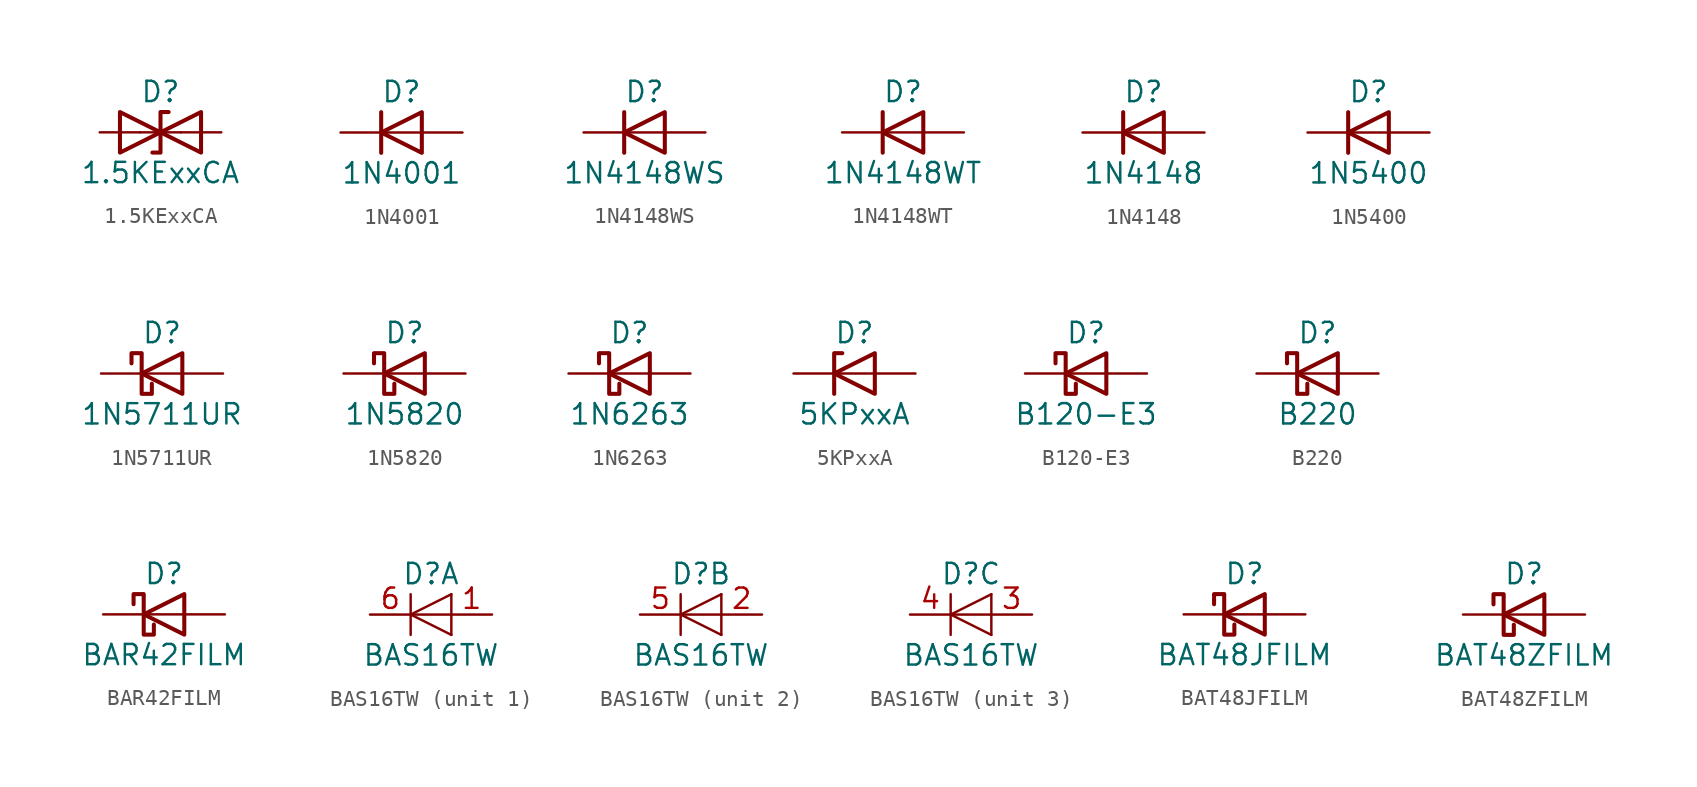
<source format=kicad_sym>
(kicad_symbol_lib
  (version 20211014)
  (generator kicad_symbol_editor)
  (symbol "1.5KExxCA"
    (pin_numbers hide)
    (pin_names
      (offset 1.016) hide)
    (property "Reference" "D"
      (at 0 2.54 0)
      (effects (font (size 1.27 1.27))))
    (property "Value" "1.5KExxCA"
      (at 0 -2.54 0)
      (effects (font (size 1.27 1.27))))
    (symbol "1.5KExxCA_0_1"
      (polyline (pts (xy 1.27 0) (xy -1.27 0)) (stroke (width 0) (type default) (color 0 0 0 0)) (fill (type none)))
      (polyline (pts (xy -2.54 -1.27) (xy 0 0) (xy -2.54 1.27) (xy -2.54 -1.27)) (stroke (width 0.254) (type default) (color 0 0 0 0)) (fill (type none)))
      (polyline (pts (xy 0.508 1.27) (xy 0 1.27) (xy 0 -1.27) (xy -0.508 -1.27)) (stroke (width 0.254) (type default) (color 0 0 0 0)) (fill (type none)))
      (polyline (pts (xy 2.54 1.27) (xy 2.54 -1.27) (xy 0 0) (xy 2.54 1.27)) (stroke (width 0.254) (type default) (color 0 0 0 0)) (fill (type none))))
    (symbol "1.5KExxCA_1_1"
      (pin passive line (at -3.81 0 0) (length 2.54) (name "A1" (effects (font (size 1.27 1.27)))) (number "1" (effects (font (size 1.27 1.27)))))
      (pin passive line (at 3.81 0 180) (length 2.54) (name "A2" (effects (font (size 1.27 1.27)))) (number "2" (effects (font (size 1.27 1.27)))))))
  (symbol "1N4001"
    (pin_numbers hide)
    (pin_names
      (offset 1.016) hide)
    (property "Reference" "D"
      (at 0 2.54 0)
      (effects (font (size 1.27 1.27))))
    (property "Value" "1N4001"
      (at 0 -2.54 0)
      (effects (font (size 1.27 1.27))))
    (symbol "1N4001_0_1"
      (polyline (pts (xy -1.27 1.27) (xy -1.27 -1.27)) (stroke (width 0.254) (type default) (color 0 0 0 0)) (fill (type none)))
      (polyline (pts (xy 1.27 0) (xy -1.27 0)) (stroke (width 0) (type default) (color 0 0 0 0)) (fill (type none)))
      (polyline (pts (xy 1.27 1.27) (xy 1.27 -1.27) (xy -1.27 0) (xy 1.27 1.27)) (stroke (width 0.254) (type default) (color 0 0 0 0)) (fill (type none))))
    (symbol "1N4001_1_1"
      (pin passive line (at -3.81 0 0) (length 2.54) (name "K" (effects (font (size 1.27 1.27)))) (number "1" (effects (font (size 1.27 1.27)))))
      (pin passive line (at 3.81 0 180) (length 2.54) (name "A" (effects (font (size 1.27 1.27)))) (number "2" (effects (font (size 1.27 1.27)))))))
  (symbol "1N4148WS"
    (pin_numbers hide)
    (pin_names
      (offset 1.016) hide)
    (property "Reference" "D"
      (at 0 2.54 0)
      (effects (font (size 1.27 1.27))))
    (property "Value" "1N4148WS"
      (at 0 -2.54 0)
      (effects (font (size 1.27 1.27))))
    (symbol "1N4148WS_0_1"
      (polyline (pts (xy -1.27 1.27) (xy -1.27 -1.27)) (stroke (width 0.254) (type default) (color 0 0 0 0)) (fill (type none)))
      (polyline (pts (xy 1.27 0) (xy -1.27 0)) (stroke (width 0) (type default) (color 0 0 0 0)) (fill (type none)))
      (polyline (pts (xy 1.27 1.27) (xy 1.27 -1.27) (xy -1.27 0) (xy 1.27 1.27)) (stroke (width 0.254) (type default) (color 0 0 0 0)) (fill (type none))))
    (symbol "1N4148WS_1_1"
      (pin passive line (at -3.81 0 0) (length 2.54) (name "K" (effects (font (size 1.27 1.27)))) (number "1" (effects (font (size 1.27 1.27)))))
      (pin passive line (at 3.81 0 180) (length 2.54) (name "A" (effects (font (size 1.27 1.27)))) (number "2" (effects (font (size 1.27 1.27)))))))
  (symbol "1N4148WT"
    (pin_numbers hide)
    (pin_names
      (offset 1.016) hide)
    (property "Reference" "D"
      (at 0 2.54 0)
      (effects (font (size 1.27 1.27))))
    (property "Value" "1N4148WT"
      (at 0 -2.54 0)
      (effects (font (size 1.27 1.27))))
    (symbol "1N4148WT_0_1"
      (polyline (pts (xy -1.27 1.27) (xy -1.27 -1.27)) (stroke (width 0.254) (type default) (color 0 0 0 0)) (fill (type none)))
      (polyline (pts (xy 1.27 0) (xy -1.27 0)) (stroke (width 0) (type default) (color 0 0 0 0)) (fill (type none)))
      (polyline (pts (xy 1.27 1.27) (xy 1.27 -1.27) (xy -1.27 0) (xy 1.27 1.27)) (stroke (width 0.254) (type default) (color 0 0 0 0)) (fill (type none))))
    (symbol "1N4148WT_1_1"
      (pin passive line (at -3.81 0 0) (length 2.54) (name "K" (effects (font (size 1.27 1.27)))) (number "1" (effects (font (size 1.27 1.27)))))
      (pin passive line (at 3.81 0 180) (length 2.54) (name "A" (effects (font (size 1.27 1.27)))) (number "2" (effects (font (size 1.27 1.27)))))))
  (symbol "1N4148"
    (pin_numbers hide)
    (pin_names
      (offset 1.016) hide)
    (property "Reference" "D"
      (at 0 2.54 0)
      (effects (font (size 1.27 1.27))))
    (property "Value" "1N4148"
      (at 0 -2.54 0)
      (effects (font (size 1.27 1.27))))
    (symbol "1N4148_0_1"
      (polyline (pts (xy -1.27 1.27) (xy -1.27 -1.27)) (stroke (width 0.254) (type default) (color 0 0 0 0)) (fill (type none)))
      (polyline (pts (xy 1.27 0) (xy -1.27 0)) (stroke (width 0) (type default) (color 0 0 0 0)) (fill (type none)))
      (polyline (pts (xy 1.27 1.27) (xy 1.27 -1.27) (xy -1.27 0) (xy 1.27 1.27)) (stroke (width 0.254) (type default) (color 0 0 0 0)) (fill (type none))))
    (symbol "1N4148_1_1"
      (pin passive line (at -3.81 0 0) (length 2.54) (name "K" (effects (font (size 1.27 1.27)))) (number "1" (effects (font (size 1.27 1.27)))))
      (pin passive line (at 3.81 0 180) (length 2.54) (name "A" (effects (font (size 1.27 1.27)))) (number "2" (effects (font (size 1.27 1.27)))))))
  (symbol "1N5400"
    (pin_numbers hide)
    (pin_names
      (offset 1.016) hide)
    (property "Reference" "D"
      (at 0 2.54 0)
      (effects (font (size 1.27 1.27))))
    (property "Value" "1N5400"
      (at 0 -2.54 0)
      (effects (font (size 1.27 1.27))))
    (symbol "1N5400_0_1"
      (polyline (pts (xy -1.27 1.27) (xy -1.27 -1.27)) (stroke (width 0.254) (type default) (color 0 0 0 0)) (fill (type none)))
      (polyline (pts (xy 1.27 0) (xy -1.27 0)) (stroke (width 0) (type default) (color 0 0 0 0)) (fill (type none)))
      (polyline (pts (xy 1.27 1.27) (xy 1.27 -1.27) (xy -1.27 0) (xy 1.27 1.27)) (stroke (width 0.254) (type default) (color 0 0 0 0)) (fill (type none))))
    (symbol "1N5400_1_1"
      (pin passive line (at -3.81 0 0) (length 2.54) (name "K" (effects (font (size 1.27 1.27)))) (number "1" (effects (font (size 1.27 1.27)))))
      (pin passive line (at 3.81 0 180) (length 2.54) (name "A" (effects (font (size 1.27 1.27)))) (number "2" (effects (font (size 1.27 1.27)))))))
  (symbol "1N5711UR"
    (pin_numbers hide)
    (pin_names
      (offset 1.016) hide)
    (property "Reference" "D"
      (at 0 2.54 0)
      (effects (font (size 1.27 1.27))))
    (property "Value" "1N5711UR"
      (at 0 -2.54 0)
      (effects (font (size 1.27 1.27))))
    (symbol "1N5711UR_0_1"
      (polyline (pts (xy 1.27 0) (xy -1.27 0)) (stroke (width 0) (type default) (color 0 0 0 0)) (fill (type none)))
      (polyline (pts (xy 1.27 1.27) (xy 1.27 -1.27) (xy -1.27 0) (xy 1.27 1.27)) (stroke (width 0.254) (type default) (color 0 0 0 0)) (fill (type none)))
      (polyline (pts (xy -1.905 0.635) (xy -1.905 1.27) (xy -1.27 1.27) (xy -1.27 -1.27) (xy -0.635 -1.27) (xy -0.635 -0.635)) (stroke (width 0.254) (type default) (color 0 0 0 0)) (fill (type none))))
    (symbol "1N5711UR_1_1"
      (pin passive line (at -3.81 0 0) (length 2.54) (name "K" (effects (font (size 1.27 1.27)))) (number "1" (effects (font (size 1.27 1.27)))))
      (pin passive line (at 3.81 0 180) (length 2.54) (name "A" (effects (font (size 1.27 1.27)))) (number "2" (effects (font (size 1.27 1.27)))))))
  (symbol "1N5820"
    (pin_numbers hide)
    (pin_names
      (offset 1.016) hide)
    (property "Reference" "D"
      (at 0 2.54 0)
      (effects (font (size 1.27 1.27))))
    (property "Value" "1N5820"
      (at 0 -2.54 0)
      (effects (font (size 1.27 1.27))))
    (symbol "1N5820_0_1"
      (polyline (pts (xy 1.27 0) (xy -1.27 0)) (stroke (width 0) (type default) (color 0 0 0 0)) (fill (type none)))
      (polyline (pts (xy 1.27 1.27) (xy 1.27 -1.27) (xy -1.27 0) (xy 1.27 1.27)) (stroke (width 0.254) (type default) (color 0 0 0 0)) (fill (type none)))
      (polyline (pts (xy -1.905 0.635) (xy -1.905 1.27) (xy -1.27 1.27) (xy -1.27 -1.27) (xy -0.635 -1.27) (xy -0.635 -0.635)) (stroke (width 0.254) (type default) (color 0 0 0 0)) (fill (type none))))
    (symbol "1N5820_1_1"
      (pin passive line (at -3.81 0 0) (length 2.54) (name "K" (effects (font (size 1.27 1.27)))) (number "1" (effects (font (size 1.27 1.27)))))
      (pin passive line (at 3.81 0 180) (length 2.54) (name "A" (effects (font (size 1.27 1.27)))) (number "2" (effects (font (size 1.27 1.27)))))))
  (symbol "1N6263"
    (pin_numbers hide)
    (pin_names
      (offset 1.016) hide)
    (property "Reference" "D"
      (at 0 2.54 0)
      (effects (font (size 1.27 1.27))))
    (property "Value" "1N6263"
      (at 0 -2.54 0)
      (effects (font (size 1.27 1.27))))
    (symbol "1N6263_0_1"
      (polyline (pts (xy 1.27 0) (xy -1.27 0)) (stroke (width 0) (type default) (color 0 0 0 0)) (fill (type none)))
      (polyline (pts (xy 1.27 1.27) (xy 1.27 -1.27) (xy -1.27 0) (xy 1.27 1.27)) (stroke (width 0.254) (type default) (color 0 0 0 0)) (fill (type none)))
      (polyline (pts (xy -1.905 0.635) (xy -1.905 1.27) (xy -1.27 1.27) (xy -1.27 -1.27) (xy -0.635 -1.27) (xy -0.635 -0.635)) (stroke (width 0.254) (type default) (color 0 0 0 0)) (fill (type none))))
    (symbol "1N6263_1_1"
      (pin passive line (at -3.81 0 0) (length 2.54) (name "K" (effects (font (size 1.27 1.27)))) (number "1" (effects (font (size 1.27 1.27)))))
      (pin passive line (at 3.81 0 180) (length 2.54) (name "A" (effects (font (size 1.27 1.27)))) (number "2" (effects (font (size 1.27 1.27)))))))
  (symbol "5KPxxA"
    (pin_numbers hide)
    (pin_names
      (offset 1.016) hide)
    (property "Reference" "D"
      (at 0 2.54 0)
      (effects (font (size 1.27 1.27))))
    (property "Value" "5KPxxA"
      (at 0 -2.54 0)
      (effects (font (size 1.27 1.27))))
    (symbol "5KPxxA_0_1"
      (polyline (pts (xy 1.27 0) (xy -1.27 0)) (stroke (width 0) (type default) (color 0 0 0 0)) (fill (type none)))
      (polyline (pts (xy -0.762 1.27) (xy -1.27 1.27) (xy -1.27 -1.27)) (stroke (width 0.254) (type default) (color 0 0 0 0)) (fill (type none)))
      (polyline (pts (xy 1.27 1.27) (xy 1.27 -1.27) (xy -1.27 0) (xy 1.27 1.27)) (stroke (width 0.254) (type default) (color 0 0 0 0)) (fill (type none))))
    (symbol "5KPxxA_1_1"
      (pin passive line (at -3.81 0 0) (length 2.54) (name "A1" (effects (font (size 1.27 1.27)))) (number "1" (effects (font (size 1.27 1.27)))))
      (pin passive line (at 3.81 0 180) (length 2.54) (name "A2" (effects (font (size 1.27 1.27)))) (number "2" (effects (font (size 1.27 1.27)))))))
  (symbol "B120-E3"
    (pin_numbers hide)
    (pin_names hide)
    (property "Reference" "D"
      (at 0 2.54 0)
      (effects (font (size 1.27 1.27))))
    (property "Value" "B120-E3"
      (at 0 -2.54 0)
      (effects (font (size 1.27 1.27))))
    (symbol "B120-E3_0_1"
      (polyline (pts (xy 1.27 0) (xy -1.27 0)) (stroke (width 0) (type default) (color 0 0 0 0)) (fill (type none)))
      (polyline (pts (xy 1.27 1.27) (xy 1.27 -1.27) (xy -1.27 0) (xy 1.27 1.27)) (stroke (width 0.254) (type default) (color 0 0 0 0)) (fill (type none)))
      (polyline (pts (xy -1.905 0.635) (xy -1.905 1.27) (xy -1.27 1.27) (xy -1.27 -1.27) (xy -0.635 -1.27) (xy -0.635 -0.635)) (stroke (width 0.254) (type default) (color 0 0 0 0)) (fill (type none))))
    (symbol "B120-E3_1_1"
      (pin passive line (at -3.81 0 0) (length 2.54) (name "K" (effects (font (size 1.27 1.27)))) (number "1" (effects (font (size 1.27 1.27)))))
      (pin passive line (at 3.81 0 180) (length 2.54) (name "A" (effects (font (size 1.27 1.27)))) (number "2" (effects (font (size 1.27 1.27)))))))
  (symbol "B220"
    (pin_numbers hide)
    (pin_names
      (offset 1.016) hide)
    (property "Reference" "D"
      (at 0 2.54 0)
      (effects (font (size 1.27 1.27))))
    (property "Value" "B220"
      (at 0 -2.54 0)
      (effects (font (size 1.27 1.27))))
    (symbol "B220_0_1"
      (polyline (pts (xy 1.27 0) (xy -1.27 0)) (stroke (width 0) (type default) (color 0 0 0 0)) (fill (type none)))
      (polyline (pts (xy 1.27 1.27) (xy 1.27 -1.27) (xy -1.27 0) (xy 1.27 1.27)) (stroke (width 0.254) (type default) (color 0 0 0 0)) (fill (type none)))
      (polyline (pts (xy -1.905 0.635) (xy -1.905 1.27) (xy -1.27 1.27) (xy -1.27 -1.27) (xy -0.635 -1.27) (xy -0.635 -0.635)) (stroke (width 0.254) (type default) (color 0 0 0 0)) (fill (type none))))
    (symbol "B220_1_1"
      (pin passive line (at -3.81 0 0) (length 2.54) (name "K" (effects (font (size 1.27 1.27)))) (number "1" (effects (font (size 1.27 1.27)))))
      (pin passive line (at 3.81 0 180) (length 2.54) (name "A" (effects (font (size 1.27 1.27)))) (number "2" (effects (font (size 1.27 1.27)))))))
  (symbol "BAR42FILM"
    (pin_numbers hide)
    (pin_names
      (offset 1.016) hide)
    (property "Reference" "D"
      (at 0 2.54 0)
      (effects (font (size 1.27 1.27))))
    (property "Value" "BAR42FILM"
      (at 0 -2.54 0)
      (effects (font (size 1.27 1.27))))
    (symbol "BAR42FILM_0_1"
      (polyline (pts (xy 1.27 0) (xy -1.27 0)) (stroke (width 0) (type default) (color 0 0 0 0)) (fill (type none)))
      (polyline (pts (xy 1.27 1.27) (xy 1.27 -1.27) (xy -1.27 0) (xy 1.27 1.27)) (stroke (width 0.254) (type default) (color 0 0 0 0)) (fill (type none)))
      (polyline (pts (xy -1.905 0.635) (xy -1.905 1.27) (xy -1.27 1.27) (xy -1.27 -1.27) (xy -0.635 -1.27) (xy -0.635 -0.635)) (stroke (width 0.254) (type default) (color 0 0 0 0)) (fill (type none))))
    (symbol "BAR42FILM_1_1"
      (pin passive line (at 3.81 0 180) (length 2.54) (name "A" (effects (font (size 1.27 1.27)))) (number "1" (effects (font (size 1.27 1.27)))))
      (pin no_connect line (at 3.81 2.54 180) (length 2.54) hide (name "NC" (effects (font (size 1.27 1.27)))) (number "2" (effects (font (size 1.27 1.27)))))
      (pin passive line (at -3.81 0 0) (length 2.54) (name "K" (effects (font (size 1.27 1.27)))) (number "3" (effects (font (size 1.27 1.27)))))))
  (symbol "BAS16TW"
    (pin_names
      (offset 1.016) hide)
    (property "Reference" "D"
      (at 0 2.54 0)
      (effects (font (size 1.27 1.27))))
    (property "Value" "BAS16TW"
      (at 0 -2.54 0)
      (effects (font (size 1.27 1.27))))
    (symbol "BAS16TW_0_1"
      (polyline (pts (xy -1.27 1.27) (xy -1.27 -1.27)) (stroke (width 0.152) (type default) (color 0 0 0 0)) (fill (type none)))
      (polyline (pts (xy 1.27 0) (xy -1.27 0)) (stroke (width 0) (type default) (color 0 0 0 0)) (fill (type none)))
      (polyline (pts (xy 1.27 1.27) (xy 1.27 -1.27)) (stroke (width 0) (type default) (color 0 0 0 0)) (fill (type none)))
      (polyline (pts (xy 1.27 1.27) (xy -1.27 0) (xy 1.27 -1.27)) (stroke (width 0) (type default) (color 0 0 0 0)) (fill (type none))))
    (symbol "BAS16TW_1_1"
      (pin passive line (at 3.81 0 180) (length 2.54) (name "A" (effects (font (size 1.27 1.27)))) (number "1" (effects (font (size 1.27 1.27)))))
      (pin passive line (at -3.81 0 0) (length 2.54) (name "K" (effects (font (size 1.27 1.27)))) (number "6" (effects (font (size 1.27 1.27))))))
    (symbol "BAS16TW_2_1"
      (pin passive line (at 3.81 0 180) (length 2.54) (name "A" (effects (font (size 1.27 1.27)))) (number "2" (effects (font (size 1.27 1.27)))))
      (pin passive line (at -3.81 0 0) (length 2.54) (name "K" (effects (font (size 1.27 1.27)))) (number "5" (effects (font (size 1.27 1.27))))))
    (symbol "BAS16TW_3_1"
      (pin passive line (at 3.81 0 180) (length 2.54) (name "A" (effects (font (size 1.27 1.27)))) (number "3" (effects (font (size 1.27 1.27)))))
      (pin passive line (at -3.81 0 0) (length 2.54) (name "K" (effects (font (size 1.27 1.27)))) (number "4" (effects (font (size 1.27 1.27)))))))
  (symbol "BAT48JFILM"
    (pin_numbers hide)
    (pin_names
      (offset 1.016) hide)
    (property "Reference" "D"
      (at 0 2.54 0)
      (effects (font (size 1.27 1.27))))
    (property "Value" "BAT48JFILM"
      (at 0 -2.54 0)
      (effects (font (size 1.27 1.27))))
    (symbol "BAT48JFILM_0_1"
      (polyline (pts (xy 1.27 0) (xy -1.27 0)) (stroke (width 0) (type default) (color 0 0 0 0)) (fill (type none)))
      (polyline (pts (xy 1.27 1.27) (xy 1.27 -1.27) (xy -1.27 0) (xy 1.27 1.27)) (stroke (width 0.254) (type default) (color 0 0 0 0)) (fill (type none)))
      (polyline (pts (xy -1.905 0.635) (xy -1.905 1.27) (xy -1.27 1.27) (xy -1.27 -1.27) (xy -0.635 -1.27) (xy -0.635 -0.635)) (stroke (width 0.254) (type default) (color 0 0 0 0)) (fill (type none))))
    (symbol "BAT48JFILM_1_1"
      (pin passive line (at -3.81 0 0) (length 2.54) (name "K" (effects (font (size 1.27 1.27)))) (number "1" (effects (font (size 1.27 1.27)))))
      (pin passive line (at 3.81 0 180) (length 2.54) (name "A" (effects (font (size 1.27 1.27)))) (number "2" (effects (font (size 1.27 1.27)))))))
  (symbol "BAT48ZFILM"
    (pin_numbers hide)
    (pin_names
      (offset 1.016) hide)
    (property "Reference" "D"
      (at 0 2.54 0)
      (effects (font (size 1.27 1.27))))
    (property "Value" "BAT48ZFILM"
      (at 0 -2.54 0)
      (effects (font (size 1.27 1.27))))
    (symbol "BAT48ZFILM_0_1"
      (polyline (pts (xy 1.27 0) (xy -1.27 0)) (stroke (width 0) (type default) (color 0 0 0 0)) (fill (type none)))
      (polyline (pts (xy 1.27 1.27) (xy 1.27 -1.27) (xy -1.27 0) (xy 1.27 1.27)) (stroke (width 0.254) (type default) (color 0 0 0 0)) (fill (type none)))
      (polyline (pts (xy -1.905 0.635) (xy -1.905 1.27) (xy -1.27 1.27) (xy -1.27 -1.27) (xy -0.635 -1.27) (xy -0.635 -0.635)) (stroke (width 0.254) (type default) (color 0 0 0 0)) (fill (type none))))
    (symbol "BAT48ZFILM_1_1"
      (pin passive line (at -3.81 0 0) (length 2.54) (name "K" (effects (font (size 1.27 1.27)))) (number "1" (effects (font (size 1.27 1.27)))))
      (pin passive line (at 3.81 0 180) (length 2.54) (name "A" (effects (font (size 1.27 1.27)))) (number "2" (effects (font (size 1.27 1.27))))))))
</source>
